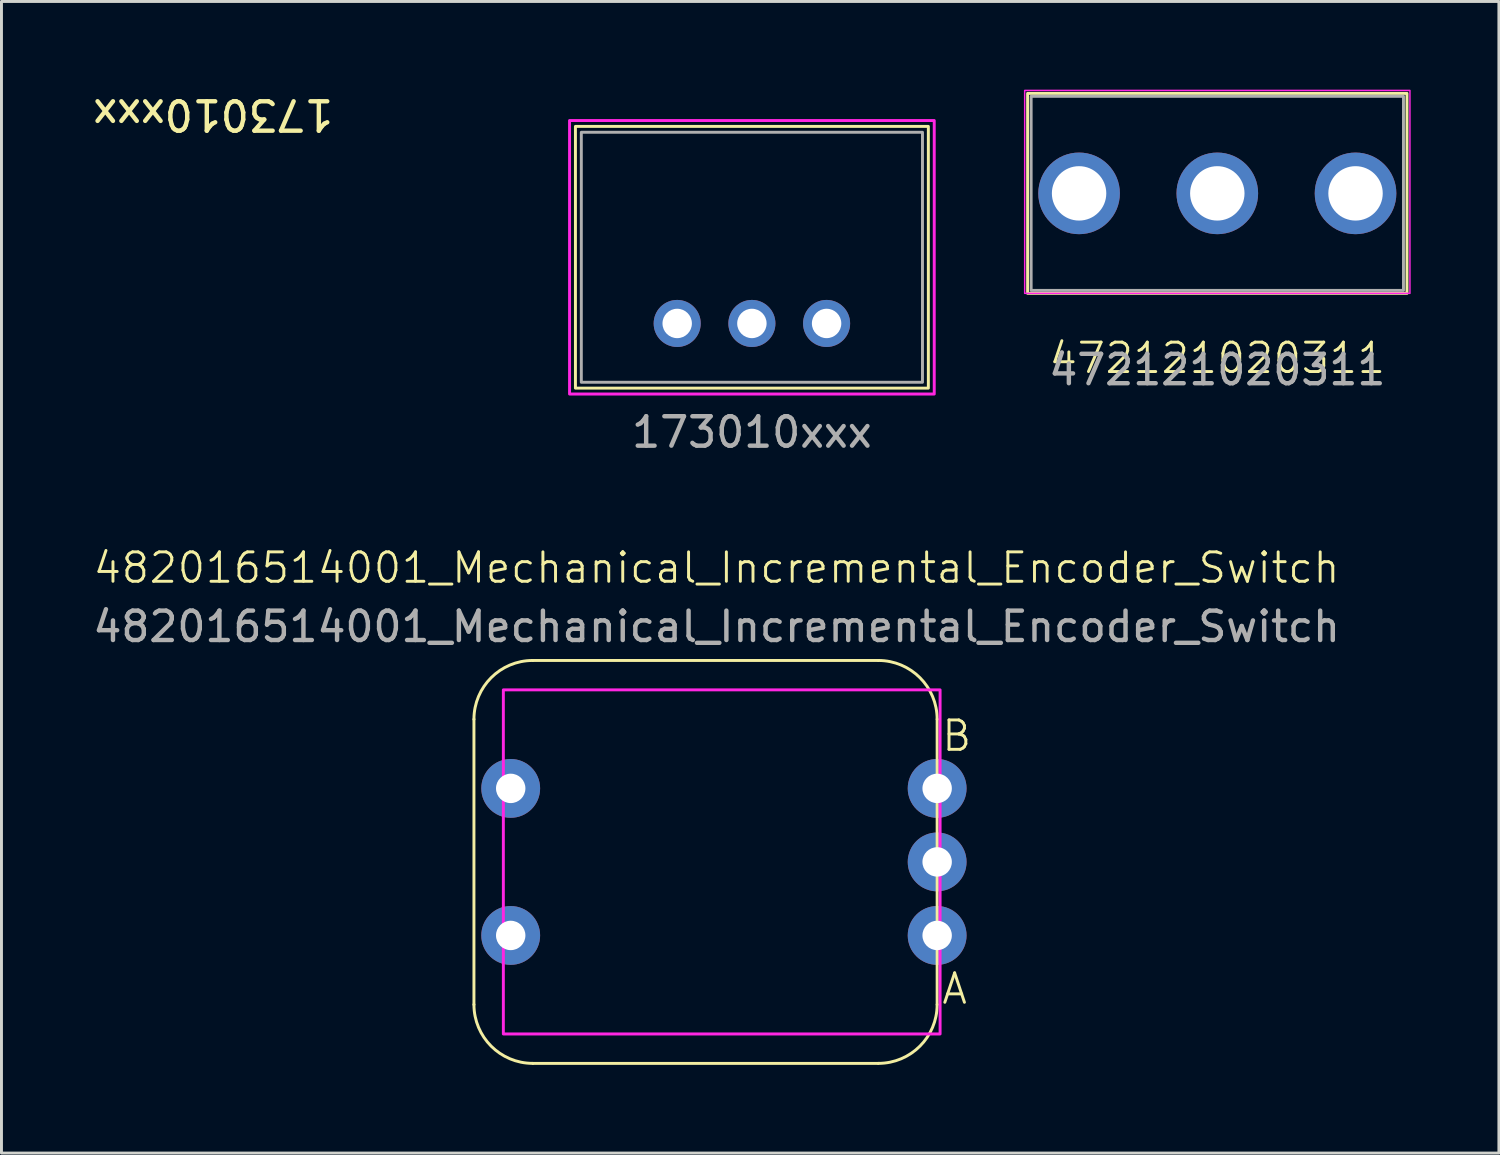
<source format=kicad_pcb>
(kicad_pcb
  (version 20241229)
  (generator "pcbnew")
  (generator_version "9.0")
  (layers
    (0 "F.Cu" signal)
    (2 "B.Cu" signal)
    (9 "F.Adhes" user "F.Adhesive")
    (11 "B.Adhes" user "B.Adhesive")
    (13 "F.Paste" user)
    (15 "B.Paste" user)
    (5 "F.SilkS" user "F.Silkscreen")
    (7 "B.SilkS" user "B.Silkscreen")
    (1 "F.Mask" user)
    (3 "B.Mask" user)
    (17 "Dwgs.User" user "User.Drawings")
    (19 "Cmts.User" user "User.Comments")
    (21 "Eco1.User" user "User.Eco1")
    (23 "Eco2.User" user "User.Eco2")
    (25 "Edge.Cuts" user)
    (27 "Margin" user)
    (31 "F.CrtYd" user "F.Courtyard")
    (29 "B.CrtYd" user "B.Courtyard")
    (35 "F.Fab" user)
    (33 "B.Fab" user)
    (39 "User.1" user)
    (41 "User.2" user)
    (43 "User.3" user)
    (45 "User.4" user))
  (footprint "173010xxx"
    (layer "F.Cu")
    (at 22.516 7.948)
    (property "Reference" "173010xxx" (at -18.32 -7.1 180) (unlocked yes) (layer "F.SilkS") (effects (font (size 1 1) (thickness 0.15))))
    (attr through_hole)
    (fp_rect (start -6 -6.7) (end 6 2.2) (stroke (width 0.1) (type default)) (fill no) (layer "F.SilkS"))
    (fp_rect (start -6.2 -6.9) (end 6.2 2.4) (stroke (width 0.1) (type default)) (fill no) (layer "F.CrtYd"))
    (fp_rect (start -5.8 -6.5) (end 5.8 2) (stroke (width 0.1) (type default)) (fill no) (layer "F.Fab"))
    (fp_text user "${REFERENCE}" (at 0 3.7 0) (unlocked yes) (layer "F.Fab") (effects (font (size 1 1) (thickness 0.15))))
    (pad "1" thru_hole circle (at -2.54 0) (size 1.6 1.6) (drill 1) (layers "*.Cu" "*.Mask"))
    (pad "2" thru_hole circle (at 0 0) (size 1.6 1.6) (drill 1) (layers "*.Cu" "*.Mask"))
    (pad "3" thru_hole circle (at 2.54 0) (size 1.6 1.6) (drill 1) (layers "*.Cu" "*.Mask")))
  (footprint "482016514001_Mechanical_Incremental_Encoder_Switch"
    (layer "F.Cu")
    (at 21.315 26.257)
    (property "Reference" "482016514001_Mechanical_Incremental_Encoder_Switch" (at 0 -10 0) (unlocked yes) (layer "F.SilkS") (effects (font (size 1 1) (thickness 0.1))))
    (attr through_hole)
    (fp_line (start -8.25 -4.85) (end -8.25 4.85) (stroke (width 0.1) (type default)) (layer "F.SilkS"))
    (fp_line (start -6.25 6.85) (end 5.5 6.85) (stroke (width 0.1) (type default)) (layer "F.SilkS"))
    (fp_line (start 5.5 -6.85) (end -6.25 -6.85) (stroke (width 0.1) (type default)) (layer "F.SilkS"))
    (fp_line (start 7.5 4.85) (end 7.5 -4.85) (stroke (width 0.1) (type default)) (layer "F.SilkS"))
    (fp_arc (start -8.25 -4.85) (mid -7.664214 -6.264214) (end -6.25 -6.85) (stroke (width 0.1) (type default)) (layer "F.SilkS"))
    (fp_arc (start -6.25 6.85) (mid -7.664214 6.264214) (end -8.25 4.85) (stroke (width 0.1) (type default)) (layer "F.SilkS"))
    (fp_arc (start 5.5 -6.85) (mid 6.914214 -6.264214) (end 7.5 -4.85) (stroke (width 0.1) (type default)) (layer "F.SilkS"))
    (fp_arc (start 7.5 4.85) (mid 6.914214 6.264214) (end 5.5 6.85) (stroke (width 0.1) (type default)) (layer "F.SilkS"))
    (fp_rect (start -7.25 -5.85) (end 7.6 5.85) (stroke (width 0.1) (type default)) (fill no) (layer "F.CrtYd"))
    (fp_text user "A" (at 7.6 4.9 0) (unlocked yes) (layer "F.SilkS") (effects (font (size 1 1) (thickness 0.1)) (justify left bottom)))
    (fp_text user "B" (at 7.6 -3.7 0) (unlocked yes) (layer "F.SilkS") (effects (font (size 1 1) (thickness 0.1)) (justify left bottom)))
    (fp_text user "${REFERENCE}" (at 0 -8 0) (unlocked yes) (layer "F.Fab") (effects (font (size 1 1) (thickness 0.15))))
    (pad "A" thru_hole circle (at 7.5 2.5) (size 2 2) (drill 1) (layers "*.Cu" "*.Mask"))
    (pad "B" thru_hole circle (at 7.5 -2.5) (size 2 2) (drill 1) (layers "*.Cu" "*.Mask"))
    (pad "C" thru_hole circle (at 7.5 0) (size 2 2) (drill 1) (layers "*.Cu" "*.Mask"))
    (pad "S1" thru_hole circle (at -7 2.5) (size 2 2) (drill 1) (layers "*.Cu" "*.Mask"))
    (pad "S2" thru_hole circle (at -7 -2.5) (size 2 2) (drill 1) (layers "*.Cu" "*.Mask")))
  (footprint "472121020311"
    (layer "F.Cu")
    (at 38.341 3.525)
    (property "Reference" "472121020311" (at 0 5.6 0) (unlocked yes) (layer "F.SilkS") (effects (font (size 1 1) (thickness 0.1))))
    (attr through_hole)
    (fp_rect (start -6.45 -3.4) (end 6.45 3.4) (stroke (width 0.1) (type default)) (fill no) (layer "F.SilkS"))
    (fp_rect (start -6.55 -3.5) (end 6.55 3.4) (stroke (width 0.05) (type default)) (fill no) (layer "F.CrtYd"))
    (fp_rect (start -6.33 -3.3) (end 6.33 3.3) (stroke (width 0.1) (type default)) (fill no) (layer "F.Fab"))
    (fp_text user "${REFERENCE}" (at 0 6 0) (unlocked yes) (layer "F.Fab") (effects (font (size 1 1) (thickness 0.15))))
    (pad "1" thru_hole circle (at -4.7 0) (size 2.775 2.775) (drill 1.85) (layers "*.Cu" "*.Mask"))
    (pad "2" thru_hole circle (at 0 0) (size 2.775 2.775) (drill 1.85) (layers "*.Cu" "*.Mask"))
    (pad "3" thru_hole circle (at 4.7 0) (size 2.775 2.775) (drill 1.85) (layers "*.Cu" "*.Mask")))
  (gr_rect
    (start -3 -3)
    (end 47.916 36.157)
    (stroke (width 0.1) (type default))
    (fill no)
    (layer "Edge.Cuts")))
</source>
